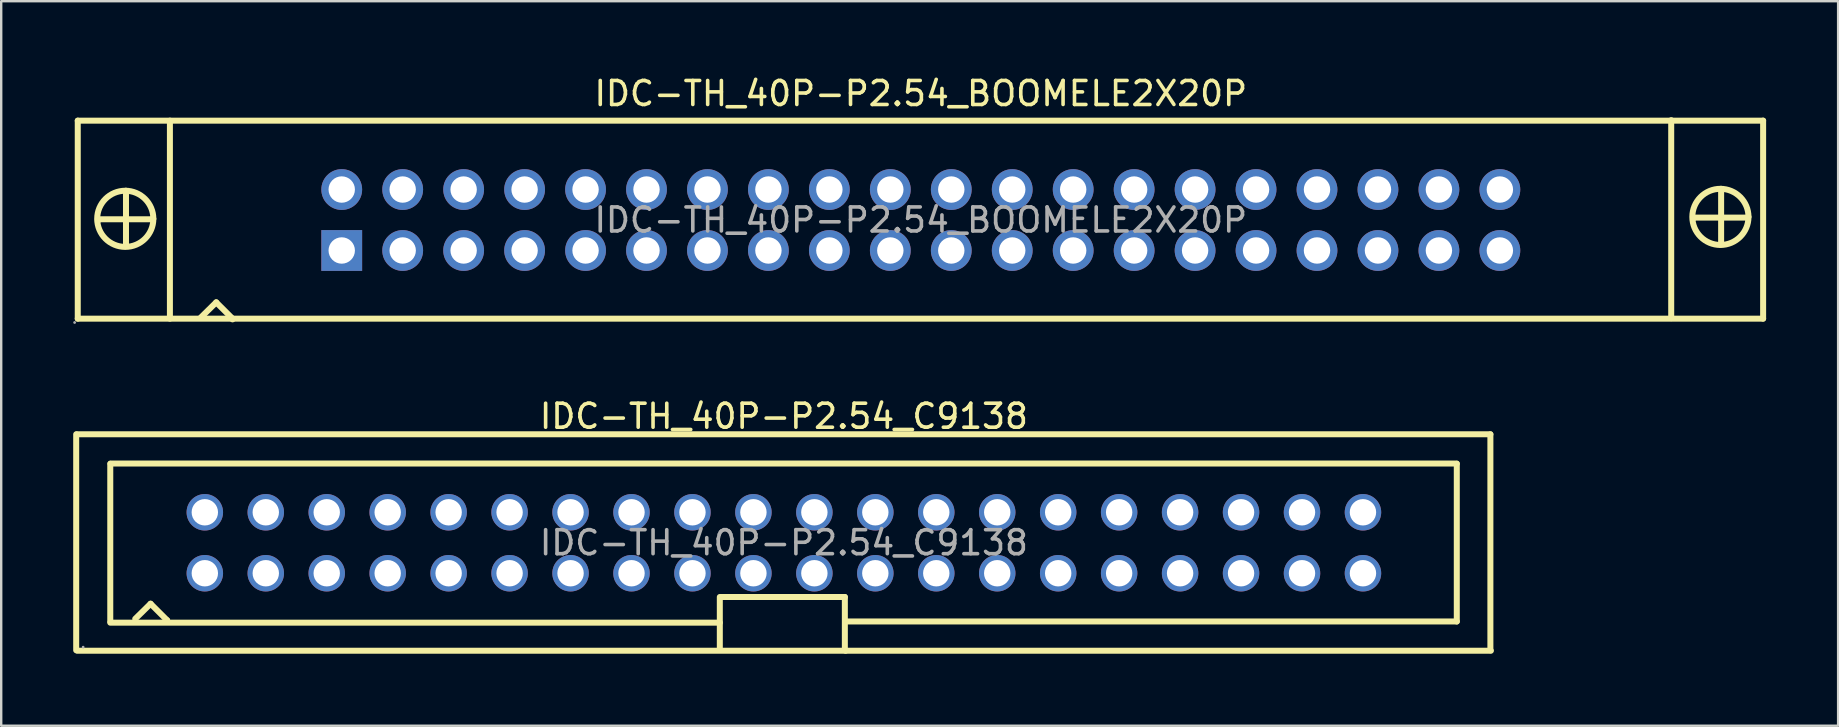
<source format=kicad_pcb>
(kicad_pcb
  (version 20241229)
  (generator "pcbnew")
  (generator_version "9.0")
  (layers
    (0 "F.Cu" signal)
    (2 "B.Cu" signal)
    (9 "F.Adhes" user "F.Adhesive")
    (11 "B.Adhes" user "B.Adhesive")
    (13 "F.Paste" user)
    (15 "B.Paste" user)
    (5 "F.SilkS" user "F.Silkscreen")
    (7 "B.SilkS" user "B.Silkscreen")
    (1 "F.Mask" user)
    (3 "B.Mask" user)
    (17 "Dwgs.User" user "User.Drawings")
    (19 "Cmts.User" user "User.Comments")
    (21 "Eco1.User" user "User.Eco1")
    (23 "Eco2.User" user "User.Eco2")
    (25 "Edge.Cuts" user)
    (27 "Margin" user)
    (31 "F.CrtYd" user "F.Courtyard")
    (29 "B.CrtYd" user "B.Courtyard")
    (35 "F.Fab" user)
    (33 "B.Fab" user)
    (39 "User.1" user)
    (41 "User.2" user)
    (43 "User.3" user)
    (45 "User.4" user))
  (footprint "IDC-TH_40P-P2.54_C9138"
    (layer "F.Cu")
    (at 29.615 19.567)
    (property "Reference" "IDC-TH_40P-P2.54_C9138" (at 0 -5.27 0) (layer "F.SilkS") (effects (font (size 1 1) (thickness 0.15))))
    (attr through_hole)
    (fp_line (start -29.49 4.48) (end -29.49 -4.52) (stroke (width 0.25) (type solid)) (layer "F.SilkS"))
    (fp_line (start -29.46 -4.52) (end 29.44 -4.52) (stroke (width 0.25) (type solid)) (layer "F.SilkS"))
    (fp_line (start -29.44 4.5) (end 29.46 4.5) (stroke (width 0.25) (type solid)) (layer "F.SilkS"))
    (fp_line (start -28.07 3.28) (end -28.07 -3.29) (stroke (width 0.25) (type solid)) (layer "F.SilkS"))
    (fp_line (start -28.07 3.33) (end -2.67 3.33) (stroke (width 0.25) (type solid)) (layer "F.SilkS"))
    (fp_line (start -28.06 -3.3) (end 28.04 -3.3) (stroke (width 0.25) (type solid)) (layer "F.SilkS"))
    (fp_line (start -27.03 3.17) (end -26.39 2.54) (stroke (width 0.25) (type solid)) (layer "F.SilkS"))
    (fp_line (start -26.39 2.54) (end -25.7 3.23) (stroke (width 0.25) (type solid)) (layer "F.SilkS"))
    (fp_line (start -25.7 3.23) (end -25.7 3.25) (stroke (width 0.25) (type solid)) (layer "F.SilkS"))
    (fp_line (start -2.67 2.26) (end 2.54 2.26) (stroke (width 0.25) (type solid)) (layer "F.SilkS"))
    (fp_line (start -2.67 2.31) (end -2.67 4.47) (stroke (width 0.25) (type solid)) (layer "F.SilkS"))
    (fp_line (start 2.54 2.26) (end 2.54 4.47) (stroke (width 0.25) (type solid)) (layer "F.SilkS"))
    (fp_line (start 2.54 4.47) (end 2.57 4.5) (stroke (width 0.25) (type solid)) (layer "F.SilkS"))
    (fp_line (start 2.64 3.28) (end 28.04 3.28) (stroke (width 0.25) (type solid)) (layer "F.SilkS"))
    (fp_line (start 28.04 -3.29) (end 28.04 3.28) (stroke (width 0.25) (type solid)) (layer "F.SilkS"))
    (fp_line (start 29.44 -4.52) (end 29.44 4.48) (stroke (width 0.25) (type solid)) (layer "F.SilkS"))
    (fp_circle (center -29.2 4.35) (end -29.17 4.35) (stroke (width 0.06) (type solid)) (fill no) (layer "F.Fab"))
    (fp_circle (center -24.13 -1.27) (end -23.97 -1.27) (stroke (width 0.32) (type solid)) (fill no) (layer "F.Fab"))
    (fp_circle (center -24.13 1.27) (end -23.97 1.27) (stroke (width 0.32) (type solid)) (fill no) (layer "F.Fab"))
    (fp_circle (center -21.59 -1.27) (end -21.43 -1.27) (stroke (width 0.32) (type solid)) (fill no) (layer "F.Fab"))
    (fp_circle (center -21.59 1.27) (end -21.43 1.27) (stroke (width 0.32) (type solid)) (fill no) (layer "F.Fab"))
    (fp_circle (center -19.05 -1.27) (end -18.89 -1.27) (stroke (width 0.32) (type solid)) (fill no) (layer "F.Fab"))
    (fp_circle (center -19.05 1.27) (end -18.89 1.27) (stroke (width 0.32) (type solid)) (fill no) (layer "F.Fab"))
    (fp_circle (center -16.51 -1.27) (end -16.35 -1.27) (stroke (width 0.32) (type solid)) (fill no) (layer "F.Fab"))
    (fp_circle (center -16.51 1.27) (end -16.35 1.27) (stroke (width 0.32) (type solid)) (fill no) (layer "F.Fab"))
    (fp_circle (center -13.97 -1.27) (end -13.81 -1.27) (stroke (width 0.32) (type solid)) (fill no) (layer "F.Fab"))
    (fp_circle (center -13.97 1.27) (end -13.81 1.27) (stroke (width 0.32) (type solid)) (fill no) (layer "F.Fab"))
    (fp_circle (center -11.43 -1.27) (end -11.27 -1.27) (stroke (width 0.32) (type solid)) (fill no) (layer "F.Fab"))
    (fp_circle (center -11.43 1.27) (end -11.27 1.27) (stroke (width 0.32) (type solid)) (fill no) (layer "F.Fab"))
    (fp_circle (center -8.89 -1.27) (end -8.73 -1.27) (stroke (width 0.32) (type solid)) (fill no) (layer "F.Fab"))
    (fp_circle (center -8.89 1.27) (end -8.73 1.27) (stroke (width 0.32) (type solid)) (fill no) (layer "F.Fab"))
    (fp_circle (center -6.35 -1.27) (end -6.19 -1.27) (stroke (width 0.32) (type solid)) (fill no) (layer "F.Fab"))
    (fp_circle (center -6.35 1.27) (end -6.19 1.27) (stroke (width 0.32) (type solid)) (fill no) (layer "F.Fab"))
    (fp_circle (center -3.81 -1.27) (end -3.65 -1.27) (stroke (width 0.32) (type solid)) (fill no) (layer "F.Fab"))
    (fp_circle (center -3.81 1.27) (end -3.65 1.27) (stroke (width 0.32) (type solid)) (fill no) (layer "F.Fab"))
    (fp_circle (center -1.27 -1.27) (end -1.11 -1.27) (stroke (width 0.32) (type solid)) (fill no) (layer "F.Fab"))
    (fp_circle (center -1.27 1.27) (end -1.11 1.27) (stroke (width 0.32) (type solid)) (fill no) (layer "F.Fab"))
    (fp_circle (center 1.27 -1.27) (end 1.43 -1.27) (stroke (width 0.32) (type solid)) (fill no) (layer "F.Fab"))
    (fp_circle (center 1.27 1.27) (end 1.43 1.27) (stroke (width 0.32) (type solid)) (fill no) (layer "F.Fab"))
    (fp_circle (center 3.81 -1.27) (end 3.97 -1.27) (stroke (width 0.32) (type solid)) (fill no) (layer "F.Fab"))
    (fp_circle (center 3.81 1.27) (end 3.97 1.27) (stroke (width 0.32) (type solid)) (fill no) (layer "F.Fab"))
    (fp_circle (center 6.35 -1.27) (end 6.51 -1.27) (stroke (width 0.32) (type solid)) (fill no) (layer "F.Fab"))
    (fp_circle (center 6.35 1.27) (end 6.51 1.27) (stroke (width 0.32) (type solid)) (fill no) (layer "F.Fab"))
    (fp_circle (center 8.89 -1.27) (end 9.05 -1.27) (stroke (width 0.32) (type solid)) (fill no) (layer "F.Fab"))
    (fp_circle (center 8.89 1.27) (end 9.05 1.27) (stroke (width 0.32) (type solid)) (fill no) (layer "F.Fab"))
    (fp_circle (center 11.43 -1.27) (end 11.59 -1.27) (stroke (width 0.32) (type solid)) (fill no) (layer "F.Fab"))
    (fp_circle (center 11.43 1.27) (end 11.59 1.27) (stroke (width 0.32) (type solid)) (fill no) (layer "F.Fab"))
    (fp_circle (center 13.97 -1.27) (end 14.13 -1.27) (stroke (width 0.32) (type solid)) (fill no) (layer "F.Fab"))
    (fp_circle (center 13.97 1.27) (end 14.13 1.27) (stroke (width 0.32) (type solid)) (fill no) (layer "F.Fab"))
    (fp_circle (center 16.51 -1.27) (end 16.67 -1.27) (stroke (width 0.32) (type solid)) (fill no) (layer "F.Fab"))
    (fp_circle (center 16.51 1.27) (end 16.67 1.27) (stroke (width 0.32) (type solid)) (fill no) (layer "F.Fab"))
    (fp_circle (center 19.05 -1.27) (end 19.21 -1.27) (stroke (width 0.32) (type solid)) (fill no) (layer "F.Fab"))
    (fp_circle (center 19.05 1.27) (end 19.21 1.27) (stroke (width 0.32) (type solid)) (fill no) (layer "F.Fab"))
    (fp_circle (center 21.59 -1.27) (end 21.75 -1.27) (stroke (width 0.32) (type solid)) (fill no) (layer "F.Fab"))
    (fp_circle (center 21.59 1.27) (end 21.75 1.27) (stroke (width 0.32) (type solid)) (fill no) (layer "F.Fab"))
    (fp_circle (center 24.13 -1.27) (end 24.29 -1.27) (stroke (width 0.32) (type solid)) (fill no) (layer "F.Fab"))
    (fp_circle (center 24.13 1.27) (end 24.29 1.27) (stroke (width 0.32) (type solid)) (fill no) (layer "F.Fab"))
    (fp_text user "${REFERENCE}" (at 0 0 0) (layer "F.Fab") (effects (font (size 1 1) (thickness 0.15))))
    (pad "1" thru_hole circle (at -24.13 1.27) (size 1.52 1.52) (drill 1.1) (layers "*.Cu" "*.Paste" "*.Mask"))
    (pad "2" thru_hole circle (at -24.13 -1.27) (size 1.52 1.52) (drill 1.1) (layers "*.Cu" "*.Paste" "*.Mask"))
    (pad "3" thru_hole circle (at -21.59 1.27) (size 1.52 1.52) (drill 1.1) (layers "*.Cu" "*.Paste" "*.Mask"))
    (pad "4" thru_hole circle (at -21.59 -1.27) (size 1.52 1.52) (drill 1.1) (layers "*.Cu" "*.Paste" "*.Mask"))
    (pad "5" thru_hole circle (at -19.05 1.27) (size 1.52 1.52) (drill 1.1) (layers "*.Cu" "*.Paste" "*.Mask"))
    (pad "6" thru_hole circle (at -19.05 -1.27) (size 1.52 1.52) (drill 1.1) (layers "*.Cu" "*.Paste" "*.Mask"))
    (pad "7" thru_hole circle (at -16.51 1.27) (size 1.52 1.52) (drill 1.1) (layers "*.Cu" "*.Paste" "*.Mask"))
    (pad "8" thru_hole circle (at -16.51 -1.27) (size 1.52 1.52) (drill 1.1) (layers "*.Cu" "*.Paste" "*.Mask"))
    (pad "9" thru_hole circle (at -13.97 1.27) (size 1.52 1.52) (drill 1.1) (layers "*.Cu" "*.Paste" "*.Mask"))
    (pad "10" thru_hole circle (at -13.97 -1.27) (size 1.52 1.52) (drill 1.1) (layers "*.Cu" "*.Paste" "*.Mask"))
    (pad "11" thru_hole circle (at -11.43 1.27) (size 1.52 1.52) (drill 1.1) (layers "*.Cu" "*.Paste" "*.Mask"))
    (pad "12" thru_hole circle (at -11.43 -1.27) (size 1.52 1.52) (drill 1.1) (layers "*.Cu" "*.Paste" "*.Mask"))
    (pad "13" thru_hole circle (at -8.89 1.27) (size 1.52 1.52) (drill 1.1) (layers "*.Cu" "*.Paste" "*.Mask"))
    (pad "14" thru_hole circle (at -8.89 -1.27) (size 1.52 1.52) (drill 1.1) (layers "*.Cu" "*.Paste" "*.Mask"))
    (pad "15" thru_hole circle (at -6.35 1.27) (size 1.52 1.52) (drill 1.1) (layers "*.Cu" "*.Paste" "*.Mask"))
    (pad "16" thru_hole circle (at -6.35 -1.27) (size 1.52 1.52) (drill 1.1) (layers "*.Cu" "*.Paste" "*.Mask"))
    (pad "17" thru_hole circle (at -3.81 1.27) (size 1.52 1.52) (drill 1.1) (layers "*.Cu" "*.Paste" "*.Mask"))
    (pad "18" thru_hole circle (at -3.81 -1.27) (size 1.52 1.52) (drill 1.1) (layers "*.Cu" "*.Paste" "*.Mask"))
    (pad "19" thru_hole circle (at -1.27 1.27) (size 1.52 1.52) (drill 1.1) (layers "*.Cu" "*.Paste" "*.Mask"))
    (pad "20" thru_hole circle (at -1.27 -1.27) (size 1.52 1.52) (drill 1.1) (layers "*.Cu" "*.Paste" "*.Mask"))
    (pad "21" thru_hole circle (at 1.27 1.27) (size 1.52 1.52) (drill 1.1) (layers "*.Cu" "*.Paste" "*.Mask"))
    (pad "22" thru_hole circle (at 1.27 -1.27) (size 1.52 1.52) (drill 1.1) (layers "*.Cu" "*.Paste" "*.Mask"))
    (pad "23" thru_hole circle (at 3.81 1.27) (size 1.52 1.52) (drill 1.1) (layers "*.Cu" "*.Paste" "*.Mask"))
    (pad "24" thru_hole circle (at 3.81 -1.27) (size 1.52 1.52) (drill 1.1) (layers "*.Cu" "*.Paste" "*.Mask"))
    (pad "25" thru_hole circle (at 6.35 1.27) (size 1.52 1.52) (drill 1.1) (layers "*.Cu" "*.Paste" "*.Mask"))
    (pad "26" thru_hole circle (at 6.35 -1.27) (size 1.52 1.52) (drill 1.1) (layers "*.Cu" "*.Paste" "*.Mask"))
    (pad "27" thru_hole circle (at 8.89 1.27) (size 1.52 1.52) (drill 1.1) (layers "*.Cu" "*.Paste" "*.Mask"))
    (pad "28" thru_hole circle (at 8.89 -1.27) (size 1.52 1.52) (drill 1.1) (layers "*.Cu" "*.Paste" "*.Mask"))
    (pad "29" thru_hole circle (at 11.43 1.27) (size 1.52 1.52) (drill 1.1) (layers "*.Cu" "*.Paste" "*.Mask"))
    (pad "30" thru_hole circle (at 11.43 -1.27) (size 1.52 1.52) (drill 1.1) (layers "*.Cu" "*.Paste" "*.Mask"))
    (pad "31" thru_hole circle (at 13.97 1.27) (size 1.52 1.52) (drill 1.1) (layers "*.Cu" "*.Paste" "*.Mask"))
    (pad "32" thru_hole circle (at 13.97 -1.27) (size 1.52 1.52) (drill 1.1) (layers "*.Cu" "*.Paste" "*.Mask"))
    (pad "33" thru_hole circle (at 16.51 1.27) (size 1.52 1.52) (drill 1.1) (layers "*.Cu" "*.Paste" "*.Mask"))
    (pad "34" thru_hole circle (at 16.51 -1.27) (size 1.52 1.52) (drill 1.1) (layers "*.Cu" "*.Paste" "*.Mask"))
    (pad "35" thru_hole circle (at 19.05 1.27) (size 1.52 1.52) (drill 1.1) (layers "*.Cu" "*.Paste" "*.Mask"))
    (pad "36" thru_hole circle (at 19.05 -1.27) (size 1.52 1.52) (drill 1.1) (layers "*.Cu" "*.Paste" "*.Mask"))
    (pad "37" thru_hole circle (at 21.59 1.27) (size 1.52 1.52) (drill 1.1) (layers "*.Cu" "*.Paste" "*.Mask"))
    (pad "38" thru_hole circle (at 21.59 -1.27) (size 1.52 1.52) (drill 1.1) (layers "*.Cu" "*.Paste" "*.Mask"))
    (pad "39" thru_hole circle (at 24.13 1.27) (size 1.52 1.52) (drill 1.1) (layers "*.Cu" "*.Paste" "*.Mask"))
    (pad "40" thru_hole circle (at 24.13 -1.27) (size 1.52 1.52) (drill 1.1) (layers "*.Cu" "*.Paste" "*.Mask")))
  (footprint "IDC-TH_40P-P2.54_BOOMELE2X20P"
    (layer "F.Cu")
    (at 35.32 6.118)
    (property "Reference" "IDC-TH_40P-P2.54_BOOMELE2X20P" (at 0 -5.27 0) (layer "F.SilkS") (effects (font (size 1 1) (thickness 0.15))))
    (attr through_hole)
    (fp_line (start -35.13 -4.14) (end -35.13 4.11) (stroke (width 0.25) (type solid)) (layer "F.SilkS"))
    (fp_line (start -35.13 -4.14) (end 35.1 -4.14) (stroke (width 0.25) (type solid)) (layer "F.SilkS"))
    (fp_line (start -34.29 -0.03) (end -32.05 -0.03) (stroke (width 0.25) (type solid)) (layer "F.SilkS"))
    (fp_line (start -34.29 0.03) (end -34.29 -0.03) (stroke (width 0.25) (type solid)) (layer "F.SilkS"))
    (fp_line (start -33.12 -1.22) (end -33.12 1.07) (stroke (width 0.25) (type solid)) (layer "F.SilkS"))
    (fp_line (start -33.12 1.07) (end -33.15 1.09) (stroke (width 0.25) (type solid)) (layer "F.SilkS"))
    (fp_line (start -32.05 -0.03) (end -31.98 -0.05) (stroke (width 0.25) (type solid)) (layer "F.SilkS"))
    (fp_line (start -31.29 -4.14) (end -31.29 4.11) (stroke (width 0.25) (type solid)) (layer "F.SilkS"))
    (fp_line (start -30 4.06) (end -29.36 3.43) (stroke (width 0.25) (type solid)) (layer "F.SilkS"))
    (fp_line (start -29.36 3.43) (end -28.68 4.11) (stroke (width 0.25) (type solid)) (layer "F.SilkS"))
    (fp_line (start -28.68 4.11) (end -28.68 4.14) (stroke (width 0.25) (type solid)) (layer "F.SilkS"))
    (fp_line (start 31.27 -4.16) (end 31.27 4.09) (stroke (width 0.25) (type solid)) (layer "F.SilkS"))
    (fp_line (start 32.18 -0.1) (end 34.42 -0.1) (stroke (width 0.25) (type solid)) (layer "F.SilkS"))
    (fp_line (start 32.18 -0.05) (end 32.18 -0.1) (stroke (width 0.25) (type solid)) (layer "F.SilkS"))
    (fp_line (start 33.35 -1.3) (end 33.35 0.99) (stroke (width 0.25) (type solid)) (layer "F.SilkS"))
    (fp_line (start 33.35 0.99) (end 33.32 1.02) (stroke (width 0.25) (type solid)) (layer "F.SilkS"))
    (fp_line (start 34.42 -0.1) (end 34.49 -0.13) (stroke (width 0.25) (type solid)) (layer "F.SilkS"))
    (fp_line (start 35.1 -4.14) (end 35.1 4.11) (stroke (width 0.25) (type solid)) (layer "F.SilkS"))
    (fp_line (start 35.1 4.11) (end -35.13 4.11) (stroke (width 0.25) (type solid)) (layer "F.SilkS"))
    (fp_circle (center -33.15 -0.05) (end -31.98 -0.05) (stroke (width 0.25) (type solid)) (fill no) (layer "F.SilkS"))
    (fp_circle (center 33.32 -0.13) (end 34.49 -0.13) (stroke (width 0.25) (type solid)) (fill no) (layer "F.SilkS"))
    (fp_circle (center -35.26 4.27) (end -35.23 4.27) (stroke (width 0.06) (type solid)) (fill no) (layer "F.Fab"))
    (fp_text user "${REFERENCE}" (at 0 0 0) (layer "F.Fab") (effects (font (size 1 1) (thickness 0.15))))
    (pad "1" thru_hole rect (at -24.13 1.27) (size 1.7 1.7) (drill 1.1) (layers "*.Cu" "*.Paste" "*.Mask"))
    (pad "2" thru_hole circle (at -24.13 -1.27) (size 1.7 1.7) (drill 1.1) (layers "*.Cu" "*.Paste" "*.Mask"))
    (pad "3" thru_hole circle (at -21.59 1.27) (size 1.7 1.7) (drill 1.1) (layers "*.Cu" "*.Paste" "*.Mask"))
    (pad "4" thru_hole circle (at -21.59 -1.27) (size 1.7 1.7) (drill 1.1) (layers "*.Cu" "*.Paste" "*.Mask"))
    (pad "5" thru_hole circle (at -19.05 1.27) (size 1.7 1.7) (drill 1.1) (layers "*.Cu" "*.Paste" "*.Mask"))
    (pad "6" thru_hole circle (at -19.05 -1.27) (size 1.7 1.7) (drill 1.1) (layers "*.Cu" "*.Paste" "*.Mask"))
    (pad "7" thru_hole circle (at -16.51 1.27) (size 1.7 1.7) (drill 1.1) (layers "*.Cu" "*.Paste" "*.Mask"))
    (pad "8" thru_hole circle (at -16.51 -1.27) (size 1.7 1.7) (drill 1.1) (layers "*.Cu" "*.Paste" "*.Mask"))
    (pad "9" thru_hole circle (at -13.97 1.27) (size 1.7 1.7) (drill 1.1) (layers "*.Cu" "*.Paste" "*.Mask"))
    (pad "10" thru_hole circle (at -13.97 -1.27) (size 1.7 1.7) (drill 1.1) (layers "*.Cu" "*.Paste" "*.Mask"))
    (pad "11" thru_hole circle (at -11.43 1.27) (size 1.7 1.7) (drill 1.1) (layers "*.Cu" "*.Paste" "*.Mask"))
    (pad "12" thru_hole circle (at -11.43 -1.27) (size 1.7 1.7) (drill 1.1) (layers "*.Cu" "*.Paste" "*.Mask"))
    (pad "13" thru_hole circle (at -8.89 1.27) (size 1.7 1.7) (drill 1.1) (layers "*.Cu" "*.Paste" "*.Mask"))
    (pad "14" thru_hole circle (at -8.89 -1.27) (size 1.7 1.7) (drill 1.1) (layers "*.Cu" "*.Paste" "*.Mask"))
    (pad "15" thru_hole circle (at -6.35 1.27) (size 1.7 1.7) (drill 1.1) (layers "*.Cu" "*.Paste" "*.Mask"))
    (pad "16" thru_hole circle (at -6.35 -1.27) (size 1.7 1.7) (drill 1.1) (layers "*.Cu" "*.Paste" "*.Mask"))
    (pad "17" thru_hole circle (at -3.81 1.27) (size 1.7 1.7) (drill 1.1) (layers "*.Cu" "*.Paste" "*.Mask"))
    (pad "18" thru_hole circle (at -3.81 -1.27) (size 1.7 1.7) (drill 1.1) (layers "*.Cu" "*.Paste" "*.Mask"))
    (pad "19" thru_hole circle (at -1.27 1.27) (size 1.7 1.7) (drill 1.1) (layers "*.Cu" "*.Paste" "*.Mask"))
    (pad "20" thru_hole circle (at -1.27 -1.27) (size 1.7 1.7) (drill 1.1) (layers "*.Cu" "*.Paste" "*.Mask"))
    (pad "21" thru_hole circle (at 1.27 1.27) (size 1.7 1.7) (drill 1.1) (layers "*.Cu" "*.Paste" "*.Mask"))
    (pad "22" thru_hole circle (at 1.27 -1.27) (size 1.7 1.7) (drill 1.1) (layers "*.Cu" "*.Paste" "*.Mask"))
    (pad "23" thru_hole circle (at 3.81 1.27) (size 1.7 1.7) (drill 1.1) (layers "*.Cu" "*.Paste" "*.Mask"))
    (pad "24" thru_hole circle (at 3.81 -1.27) (size 1.7 1.7) (drill 1.1) (layers "*.Cu" "*.Paste" "*.Mask"))
    (pad "25" thru_hole circle (at 6.35 1.27) (size 1.7 1.7) (drill 1.1) (layers "*.Cu" "*.Paste" "*.Mask"))
    (pad "26" thru_hole circle (at 6.35 -1.27) (size 1.7 1.7) (drill 1.1) (layers "*.Cu" "*.Paste" "*.Mask"))
    (pad "27" thru_hole circle (at 8.89 1.27) (size 1.7 1.7) (drill 1.1) (layers "*.Cu" "*.Paste" "*.Mask"))
    (pad "28" thru_hole circle (at 8.89 -1.27) (size 1.7 1.7) (drill 1.1) (layers "*.Cu" "*.Paste" "*.Mask"))
    (pad "29" thru_hole circle (at 11.43 1.27) (size 1.7 1.7) (drill 1.1) (layers "*.Cu" "*.Paste" "*.Mask"))
    (pad "30" thru_hole circle (at 11.43 -1.27) (size 1.7 1.7) (drill 1.1) (layers "*.Cu" "*.Paste" "*.Mask"))
    (pad "31" thru_hole circle (at 13.97 1.27) (size 1.7 1.7) (drill 1.1) (layers "*.Cu" "*.Paste" "*.Mask"))
    (pad "32" thru_hole circle (at 13.97 -1.27) (size 1.7 1.7) (drill 1.1) (layers "*.Cu" "*.Paste" "*.Mask"))
    (pad "33" thru_hole circle (at 16.51 1.27) (size 1.7 1.7) (drill 1.1) (layers "*.Cu" "*.Paste" "*.Mask"))
    (pad "34" thru_hole circle (at 16.51 -1.27) (size 1.7 1.7) (drill 1.1) (layers "*.Cu" "*.Paste" "*.Mask"))
    (pad "35" thru_hole circle (at 19.05 1.27) (size 1.7 1.7) (drill 1.1) (layers "*.Cu" "*.Paste" "*.Mask"))
    (pad "36" thru_hole circle (at 19.05 -1.27) (size 1.7 1.7) (drill 1.1) (layers "*.Cu" "*.Paste" "*.Mask"))
    (pad "37" thru_hole circle (at 21.59 1.27) (size 1.7 1.7) (drill 1.1) (layers "*.Cu" "*.Paste" "*.Mask"))
    (pad "38" thru_hole circle (at 21.59 -1.27) (size 1.7 1.7) (drill 1.1) (layers "*.Cu" "*.Paste" "*.Mask"))
    (pad "39" thru_hole circle (at 24.13 1.27) (size 1.7 1.7) (drill 1.1) (layers "*.Cu" "*.Paste" "*.Mask"))
    (pad "40" thru_hole circle (at 24.13 -1.27) (size 1.7 1.7) (drill 1.1) (layers "*.Cu" "*.Paste" "*.Mask")))
  (gr_rect
    (start -3 -3)
    (end 73.545 27.192)
    (stroke (width 0.1) (type default))
    (fill no)
    (layer "Edge.Cuts")))
</source>
